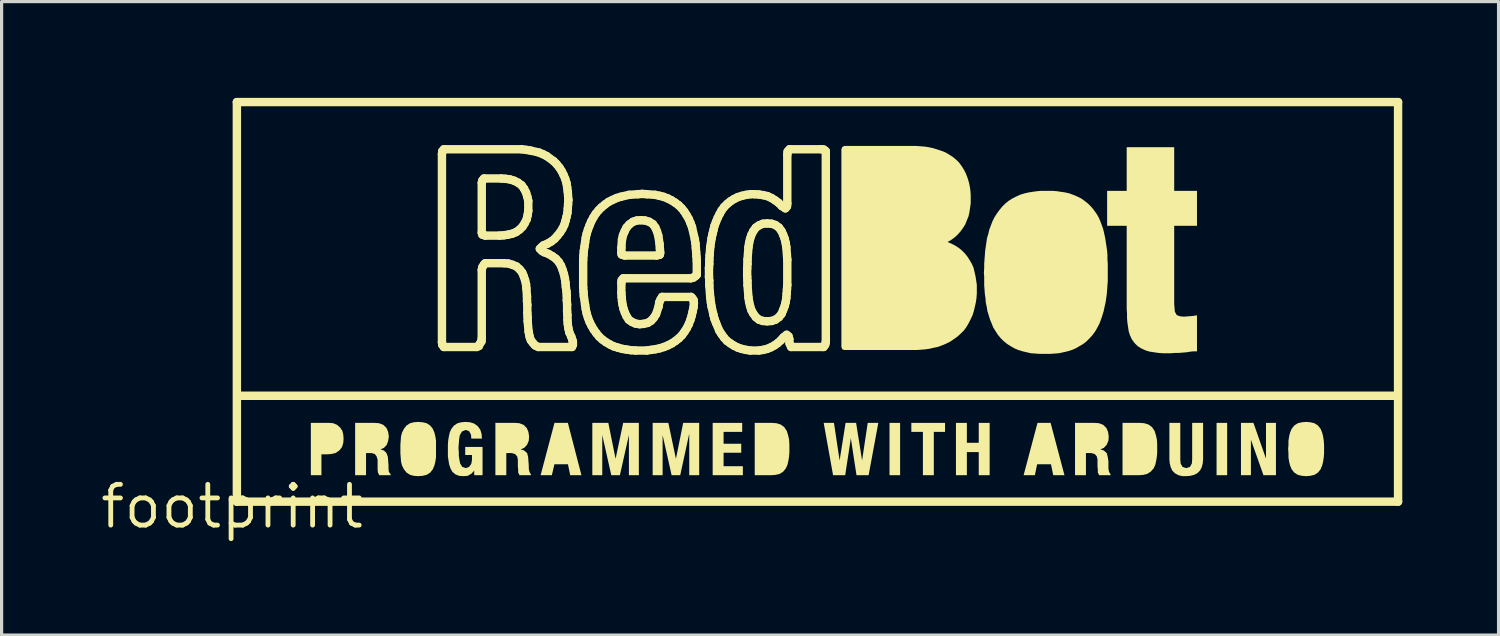
<source format=kicad_pcb>
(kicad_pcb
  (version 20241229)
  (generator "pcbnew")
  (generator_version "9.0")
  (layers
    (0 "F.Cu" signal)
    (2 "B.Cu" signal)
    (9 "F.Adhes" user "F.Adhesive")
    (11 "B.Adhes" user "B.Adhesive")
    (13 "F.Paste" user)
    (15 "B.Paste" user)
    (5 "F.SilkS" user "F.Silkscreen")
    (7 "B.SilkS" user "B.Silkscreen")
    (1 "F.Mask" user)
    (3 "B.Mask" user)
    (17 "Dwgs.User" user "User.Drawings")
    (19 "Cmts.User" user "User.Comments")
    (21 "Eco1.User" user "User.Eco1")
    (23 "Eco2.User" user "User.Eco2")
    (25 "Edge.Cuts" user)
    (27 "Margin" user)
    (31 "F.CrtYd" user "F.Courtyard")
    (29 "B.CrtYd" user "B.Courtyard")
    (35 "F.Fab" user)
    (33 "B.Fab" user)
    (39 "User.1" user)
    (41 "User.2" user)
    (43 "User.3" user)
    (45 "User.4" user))
  (footprint "footprint"
    (layer "F.Cu")
    (at 4.18 12.731)
    (property "Reference" "footprint" (at 0 0 0) (layer "F.SilkS") (effects (font (size 1.27 1.27) (thickness 0.15))))
    (fp_line (start 0.15 -12.6) (end 36.33 -12.6) (stroke (width 0.262) (type solid)) (layer "F.SilkS"))
    (fp_line (start 0.15 -0.15) (end 0.15 -12.6) (stroke (width 0.262) (type solid)) (layer "F.SilkS"))
    (fp_line (start 6.54 -10.98) (end 6.54 -5.12) (stroke (width 0.262) (type solid)) (layer "F.SilkS"))
    (fp_line (start 6.54 -5.12) (end 6.55 -5.04) (stroke (width 0.262) (type solid)) (layer "F.SilkS"))
    (fp_line (start 6.55 -11.07) (end 6.54 -10.98) (stroke (width 0.262) (type solid)) (layer "F.SilkS"))
    (fp_line (start 6.55 -5.04) (end 6.6 -4.97) (stroke (width 0.262) (type solid)) (layer "F.SilkS"))
    (fp_line (start 6.6 -11.13) (end 6.55 -11.07) (stroke (width 0.262) (type solid)) (layer "F.SilkS"))
    (fp_line (start 6.6 -4.97) (end 7.62 -4.97) (stroke (width 0.262) (type solid)) (layer "F.SilkS"))
    (fp_line (start 7.62 -4.97) (end 7.69 -5) (stroke (width 0.262) (type solid)) (layer "F.SilkS"))
    (fp_line (start 7.69 -5) (end 7.72 -5.07) (stroke (width 0.262) (type solid)) (layer "F.SilkS"))
    (fp_line (start 7.72 -5.07) (end 7.77 -5.14) (stroke (width 0.262) (type solid)) (layer "F.SilkS"))
    (fp_line (start 7.77 -5.14) (end 7.78 -5.23) (stroke (width 0.262) (type solid)) (layer "F.SilkS"))
    (fp_line (start 7.78 -10.08) (end 7.8 -10.16) (stroke (width 0.262) (type solid)) (layer "F.SilkS"))
    (fp_line (start 7.78 -8.53) (end 7.78 -10.08) (stroke (width 0.262) (type solid)) (layer "F.SilkS"))
    (fp_line (start 7.78 -7.37) (end 7.8 -7.46) (stroke (width 0.262) (type solid)) (layer "F.SilkS"))
    (fp_line (start 7.78 -5.23) (end 7.78 -7.37) (stroke (width 0.262) (type solid)) (layer "F.SilkS"))
    (fp_line (start 7.8 -10.16) (end 7.85 -10.22) (stroke (width 0.262) (type solid)) (layer "F.SilkS"))
    (fp_line (start 7.8 -8.47) (end 7.78 -8.53) (stroke (width 0.262) (type solid)) (layer "F.SilkS"))
    (fp_line (start 7.8 -7.46) (end 7.85 -7.54) (stroke (width 0.262) (type solid)) (layer "F.SilkS"))
    (fp_line (start 7.85 -10.22) (end 8.39 -10.22) (stroke (width 0.262) (type solid)) (layer "F.SilkS"))
    (fp_line (start 7.85 -7.54) (end 7.89 -7.58) (stroke (width 0.262) (type solid)) (layer "F.SilkS"))
    (fp_line (start 7.89 -8.44) (end 7.8 -8.47) (stroke (width 0.262) (type solid)) (layer "F.SilkS"))
    (fp_line (start 7.89 -7.58) (end 8.48 -7.58) (stroke (width 0.262) (type solid)) (layer "F.SilkS"))
    (fp_line (start 8.34 -8.44) (end 7.89 -8.44) (stroke (width 0.262) (type solid)) (layer "F.SilkS"))
    (fp_line (start 8.39 -10.22) (end 8.52 -10.21) (stroke (width 0.262) (type solid)) (layer "F.SilkS"))
    (fp_line (start 8.47 -8.45) (end 8.34 -8.44) (stroke (width 0.262) (type solid)) (layer "F.SilkS"))
    (fp_line (start 8.48 -7.58) (end 8.61 -7.57) (stroke (width 0.262) (type solid)) (layer "F.SilkS"))
    (fp_line (start 8.52 -10.21) (end 8.66 -10.19) (stroke (width 0.262) (type solid)) (layer "F.SilkS"))
    (fp_line (start 8.6 -8.47) (end 8.47 -8.45) (stroke (width 0.262) (type solid)) (layer "F.SilkS"))
    (fp_line (start 8.61 -7.57) (end 8.74 -7.53) (stroke (width 0.262) (type solid)) (layer "F.SilkS"))
    (fp_line (start 8.66 -10.19) (end 8.79 -10.15) (stroke (width 0.262) (type solid)) (layer "F.SilkS"))
    (fp_line (start 8.73 -8.5) (end 8.6 -8.47) (stroke (width 0.262) (type solid)) (layer "F.SilkS"))
    (fp_line (start 8.74 -7.53) (end 8.86 -7.48) (stroke (width 0.262) (type solid)) (layer "F.SilkS"))
    (fp_line (start 8.79 -10.15) (end 8.91 -10.09) (stroke (width 0.262) (type solid)) (layer "F.SilkS"))
    (fp_line (start 8.85 -8.55) (end 8.73 -8.5) (stroke (width 0.262) (type solid)) (layer "F.SilkS"))
    (fp_line (start 8.86 -7.48) (end 8.96 -7.39) (stroke (width 0.262) (type solid)) (layer "F.SilkS"))
    (fp_line (start 8.91 -10.09) (end 9.02 -10.01) (stroke (width 0.262) (type solid)) (layer "F.SilkS"))
    (fp_line (start 8.96 -8.63) (end 8.85 -8.55) (stroke (width 0.262) (type solid)) (layer "F.SilkS"))
    (fp_line (start 8.96 -7.39) (end 9.04 -7.29) (stroke (width 0.262) (type solid)) (layer "F.SilkS"))
    (fp_line (start 9.02 -10.01) (end 9.1 -9.9) (stroke (width 0.262) (type solid)) (layer "F.SilkS"))
    (fp_line (start 9.03 -11.13) (end 6.6 -11.13) (stroke (width 0.262) (type solid)) (layer "F.SilkS"))
    (fp_line (start 9.04 -7.29) (end 9.09 -7.17) (stroke (width 0.262) (type solid)) (layer "F.SilkS"))
    (fp_line (start 9.05 -8.72) (end 8.96 -8.63) (stroke (width 0.262) (type solid)) (layer "F.SilkS"))
    (fp_line (start 9.09 -7.17) (end 9.13 -7.05) (stroke (width 0.262) (type solid)) (layer "F.SilkS"))
    (fp_line (start 9.1 -9.9) (end 9.16 -9.78) (stroke (width 0.262) (type solid)) (layer "F.SilkS"))
    (fp_line (start 9.12 -8.83) (end 9.05 -8.72) (stroke (width 0.262) (type solid)) (layer "F.SilkS"))
    (fp_line (start 9.13 -7.05) (end 9.16 -6.92) (stroke (width 0.262) (type solid)) (layer "F.SilkS"))
    (fp_line (start 9.16 -9.78) (end 9.2 -9.65) (stroke (width 0.262) (type solid)) (layer "F.SilkS"))
    (fp_line (start 9.16 -6.92) (end 9.17 -6.8) (stroke (width 0.262) (type solid)) (layer "F.SilkS"))
    (fp_line (start 9.17 -11.11) (end 9.03 -11.13) (stroke (width 0.262) (type solid)) (layer "F.SilkS"))
    (fp_line (start 9.17 -6.8) (end 9.19 -6.54) (stroke (width 0.262) (type solid)) (layer "F.SilkS"))
    (fp_line (start 9.18 -8.95) (end 9.12 -8.83) (stroke (width 0.262) (type solid)) (layer "F.SilkS"))
    (fp_line (start 9.19 -6.54) (end 9.19 -6.41) (stroke (width 0.262) (type solid)) (layer "F.SilkS"))
    (fp_line (start 9.19 -6.41) (end 9.2 -6.28) (stroke (width 0.262) (type solid)) (layer "F.SilkS"))
    (fp_line (start 9.2 -9.65) (end 9.23 -9.52) (stroke (width 0.262) (type solid)) (layer "F.SilkS"))
    (fp_line (start 9.2 -6.28) (end 9.2 -6.03) (stroke (width 0.262) (type solid)) (layer "F.SilkS"))
    (fp_line (start 9.2 -6.03) (end 9.21 -5.9) (stroke (width 0.262) (type solid)) (layer "F.SilkS"))
    (fp_line (start 9.21 -9.08) (end 9.18 -8.95) (stroke (width 0.262) (type solid)) (layer "F.SilkS"))
    (fp_line (start 9.21 -5.9) (end 9.21 -5.78) (stroke (width 0.262) (type solid)) (layer "F.SilkS"))
    (fp_line (start 9.21 -5.78) (end 9.24 -5.45) (stroke (width 0.262) (type solid)) (layer "F.SilkS"))
    (fp_line (start 9.23 -9.52) (end 9.23 -9.21) (stroke (width 0.262) (type solid)) (layer "F.SilkS"))
    (fp_line (start 9.23 -9.21) (end 9.21 -9.08) (stroke (width 0.262) (type solid)) (layer "F.SilkS"))
    (fp_line (start 9.24 -5.45) (end 9.26 -5.34) (stroke (width 0.262) (type solid)) (layer "F.SilkS"))
    (fp_line (start 9.26 -5.34) (end 9.28 -5.26) (stroke (width 0.262) (type solid)) (layer "F.SilkS"))
    (fp_line (start 9.28 -5.26) (end 9.31 -5.18) (stroke (width 0.262) (type solid)) (layer "F.SilkS"))
    (fp_line (start 9.3 -11.09) (end 9.17 -11.11) (stroke (width 0.262) (type solid)) (layer "F.SilkS"))
    (fp_line (start 9.31 -5.18) (end 9.37 -5.1) (stroke (width 0.262) (type solid)) (layer "F.SilkS"))
    (fp_line (start 9.37 -5.1) (end 9.44 -5.02) (stroke (width 0.262) (type solid)) (layer "F.SilkS"))
    (fp_line (start 9.44 -5.02) (end 9.54 -4.97) (stroke (width 0.262) (type solid)) (layer "F.SilkS"))
    (fp_line (start 9.54 -4.97) (end 10.59 -4.97) (stroke (width 0.262) (type solid)) (layer "F.SilkS"))
    (fp_line (start 9.56 -11.03) (end 9.3 -11.09) (stroke (width 0.262) (type solid)) (layer "F.SilkS"))
    (fp_line (start 9.59 -8.03) (end 9.65 -8.09) (stroke (width 0.262) (type solid)) (layer "F.SilkS"))
    (fp_line (start 9.65 -8.09) (end 9.71 -8.14) (stroke (width 0.262) (type solid)) (layer "F.SilkS"))
    (fp_line (start 9.66 -7.96) (end 9.59 -8.03) (stroke (width 0.262) (type solid)) (layer "F.SilkS"))
    (fp_line (start 9.68 -10.98) (end 9.56 -11.03) (stroke (width 0.262) (type solid)) (layer "F.SilkS"))
    (fp_line (start 9.71 -8.14) (end 9.83 -8.19) (stroke (width 0.262) (type solid)) (layer "F.SilkS"))
    (fp_line (start 9.73 -7.92) (end 9.66 -7.96) (stroke (width 0.262) (type solid)) (layer "F.SilkS"))
    (fp_line (start 9.8 -10.92) (end 9.68 -10.98) (stroke (width 0.262) (type solid)) (layer "F.SilkS"))
    (fp_line (start 9.83 -8.19) (end 9.95 -8.26) (stroke (width 0.262) (type solid)) (layer "F.SilkS"))
    (fp_line (start 9.86 -7.87) (end 9.73 -7.92) (stroke (width 0.262) (type solid)) (layer "F.SilkS"))
    (fp_line (start 9.95 -8.26) (end 10.05 -8.34) (stroke (width 0.262) (type solid)) (layer "F.SilkS"))
    (fp_line (start 9.98 -7.8) (end 9.86 -7.87) (stroke (width 0.262) (type solid)) (layer "F.SilkS"))
    (fp_line (start 10.02 -10.76) (end 9.8 -10.92) (stroke (width 0.262) (type solid)) (layer "F.SilkS"))
    (fp_line (start 10.05 -8.34) (end 10.14 -8.44) (stroke (width 0.262) (type solid)) (layer "F.SilkS"))
    (fp_line (start 10.09 -7.72) (end 9.98 -7.8) (stroke (width 0.262) (type solid)) (layer "F.SilkS"))
    (fp_line (start 10.11 -10.67) (end 10.02 -10.76) (stroke (width 0.262) (type solid)) (layer "F.SilkS"))
    (fp_line (start 10.14 -8.44) (end 10.22 -8.54) (stroke (width 0.262) (type solid)) (layer "F.SilkS"))
    (fp_line (start 10.18 -7.62) (end 10.09 -7.72) (stroke (width 0.262) (type solid)) (layer "F.SilkS"))
    (fp_line (start 10.2 -10.56) (end 10.11 -10.67) (stroke (width 0.262) (type solid)) (layer "F.SilkS"))
    (fp_line (start 10.22 -8.54) (end 10.29 -8.65) (stroke (width 0.262) (type solid)) (layer "F.SilkS"))
    (fp_line (start 10.25 -7.5) (end 10.18 -7.62) (stroke (width 0.262) (type solid)) (layer "F.SilkS"))
    (fp_line (start 10.27 -10.45) (end 10.2 -10.56) (stroke (width 0.262) (type solid)) (layer "F.SilkS"))
    (fp_line (start 10.29 -8.65) (end 10.35 -8.77) (stroke (width 0.262) (type solid)) (layer "F.SilkS"))
    (fp_line (start 10.3 -7.37) (end 10.25 -7.5) (stroke (width 0.262) (type solid)) (layer "F.SilkS"))
    (fp_line (start 10.33 -10.33) (end 10.27 -10.45) (stroke (width 0.262) (type solid)) (layer "F.SilkS"))
    (fp_line (start 10.34 -7.24) (end 10.3 -7.37) (stroke (width 0.262) (type solid)) (layer "F.SilkS"))
    (fp_line (start 10.35 -8.77) (end 10.39 -8.9) (stroke (width 0.262) (type solid)) (layer "F.SilkS"))
    (fp_line (start 10.37 -7.11) (end 10.34 -7.24) (stroke (width 0.262) (type solid)) (layer "F.SilkS"))
    (fp_line (start 10.38 -10.21) (end 10.33 -10.33) (stroke (width 0.262) (type solid)) (layer "F.SilkS"))
    (fp_line (start 10.39 -8.9) (end 10.42 -9.02) (stroke (width 0.262) (type solid)) (layer "F.SilkS"))
    (fp_line (start 10.39 -6.97) (end 10.37 -7.11) (stroke (width 0.262) (type solid)) (layer "F.SilkS"))
    (fp_line (start 10.4 -6.84) (end 10.39 -6.97) (stroke (width 0.262) (type solid)) (layer "F.SilkS"))
    (fp_line (start 10.42 -10.08) (end 10.38 -10.21) (stroke (width 0.262) (type solid)) (layer "F.SilkS"))
    (fp_line (start 10.42 -9.02) (end 10.45 -9.15) (stroke (width 0.262) (type solid)) (layer "F.SilkS"))
    (fp_line (start 10.42 -6.7) (end 10.4 -6.84) (stroke (width 0.262) (type solid)) (layer "F.SilkS"))
    (fp_line (start 10.43 -6.57) (end 10.42 -6.7) (stroke (width 0.262) (type solid)) (layer "F.SilkS"))
    (fp_line (start 10.43 -6.43) (end 10.43 -6.57) (stroke (width 0.262) (type solid)) (layer "F.SilkS"))
    (fp_line (start 10.44 -9.95) (end 10.42 -10.08) (stroke (width 0.262) (type solid)) (layer "F.SilkS"))
    (fp_line (start 10.44 -6.29) (end 10.43 -6.43) (stroke (width 0.262) (type solid)) (layer "F.SilkS"))
    (fp_line (start 10.44 -6.07) (end 10.44 -6.29) (stroke (width 0.262) (type solid)) (layer "F.SilkS"))
    (fp_line (start 10.45 -9.15) (end 10.46 -9.28) (stroke (width 0.262) (type solid)) (layer "F.SilkS"))
    (fp_line (start 10.45 -5.96) (end 10.44 -6.07) (stroke (width 0.262) (type solid)) (layer "F.SilkS"))
    (fp_line (start 10.45 -5.82) (end 10.45 -5.96) (stroke (width 0.262) (type solid)) (layer "F.SilkS"))
    (fp_line (start 10.46 -9.81) (end 10.44 -9.95) (stroke (width 0.262) (type solid)) (layer "F.SilkS"))
    (fp_line (start 10.46 -9.28) (end 10.47 -9.42) (stroke (width 0.262) (type solid)) (layer "F.SilkS"))
    (fp_line (start 10.46 -5.69) (end 10.45 -5.82) (stroke (width 0.262) (type solid)) (layer "F.SilkS"))
    (fp_line (start 10.47 -9.42) (end 10.48 -9.55) (stroke (width 0.262) (type solid)) (layer "F.SilkS"))
    (fp_line (start 10.48 -9.55) (end 10.46 -9.81) (stroke (width 0.262) (type solid)) (layer "F.SilkS"))
    (fp_line (start 10.48 -5.55) (end 10.46 -5.69) (stroke (width 0.262) (type solid)) (layer "F.SilkS"))
    (fp_line (start 10.51 -5.42) (end 10.48 -5.55) (stroke (width 0.262) (type solid)) (layer "F.SilkS"))
    (fp_line (start 10.57 -5.29) (end 10.51 -5.42) (stroke (width 0.262) (type solid)) (layer "F.SilkS"))
    (fp_line (start 10.59 -4.97) (end 10.62 -5.04) (stroke (width 0.262) (type solid)) (layer "F.SilkS"))
    (fp_line (start 10.61 -5.17) (end 10.57 -5.29) (stroke (width 0.262) (type solid)) (layer "F.SilkS"))
    (fp_line (start 10.62 -5.12) (end 10.61 -5.17) (stroke (width 0.262) (type solid)) (layer "F.SilkS"))
    (fp_line (start 10.62 -5.04) (end 10.62 -5.12) (stroke (width 0.262) (type solid)) (layer "F.SilkS"))
    (fp_line (start 10.94 -7.69) (end 10.94 -6.83) (stroke (width 0.262) (type solid)) (layer "F.SilkS"))
    (fp_line (start 10.94 -6.83) (end 10.95 -6.69) (stroke (width 0.262) (type solid)) (layer "F.SilkS"))
    (fp_line (start 10.95 -7.83) (end 10.94 -7.69) (stroke (width 0.262) (type solid)) (layer "F.SilkS"))
    (fp_line (start 10.95 -6.69) (end 10.96 -6.56) (stroke (width 0.262) (type solid)) (layer "F.SilkS"))
    (fp_line (start 10.96 -7.96) (end 10.95 -7.83) (stroke (width 0.262) (type solid)) (layer "F.SilkS"))
    (fp_line (start 10.96 -6.56) (end 11 -6.28) (stroke (width 0.262) (type solid)) (layer "F.SilkS"))
    (fp_line (start 10.98 -8.1) (end 10.96 -7.96) (stroke (width 0.262) (type solid)) (layer "F.SilkS"))
    (fp_line (start 11 -8.23) (end 10.98 -8.1) (stroke (width 0.262) (type solid)) (layer "F.SilkS"))
    (fp_line (start 11 -6.28) (end 11.02 -6.15) (stroke (width 0.262) (type solid)) (layer "F.SilkS"))
    (fp_line (start 11.02 -8.37) (end 11 -8.23) (stroke (width 0.262) (type solid)) (layer "F.SilkS"))
    (fp_line (start 11.02 -6.15) (end 11.05 -6.01) (stroke (width 0.262) (type solid)) (layer "F.SilkS"))
    (fp_line (start 11.05 -8.5) (end 11.02 -8.37) (stroke (width 0.262) (type solid)) (layer "F.SilkS"))
    (fp_line (start 11.05 -6.01) (end 11.09 -5.88) (stroke (width 0.262) (type solid)) (layer "F.SilkS"))
    (fp_line (start 11.09 -8.63) (end 11.05 -8.5) (stroke (width 0.262) (type solid)) (layer "F.SilkS"))
    (fp_line (start 11.09 -5.88) (end 11.14 -5.75) (stroke (width 0.262) (type solid)) (layer "F.SilkS"))
    (fp_line (start 11.14 -8.76) (end 11.09 -8.63) (stroke (width 0.262) (type solid)) (layer "F.SilkS"))
    (fp_line (start 11.14 -5.75) (end 11.2 -5.63) (stroke (width 0.262) (type solid)) (layer "F.SilkS"))
    (fp_line (start 11.19 -8.88) (end 11.14 -8.76) (stroke (width 0.262) (type solid)) (layer "F.SilkS"))
    (fp_line (start 11.2 -5.63) (end 11.27 -5.51) (stroke (width 0.262) (type solid)) (layer "F.SilkS"))
    (fp_line (start 11.26 -9.01) (end 11.19 -8.88) (stroke (width 0.262) (type solid)) (layer "F.SilkS"))
    (fp_line (start 11.27 -5.51) (end 11.35 -5.4) (stroke (width 0.262) (type solid)) (layer "F.SilkS"))
    (fp_line (start 11.33 -9.12) (end 11.26 -9.01) (stroke (width 0.262) (type solid)) (layer "F.SilkS"))
    (fp_line (start 11.35 -5.4) (end 11.44 -5.29) (stroke (width 0.262) (type solid)) (layer "F.SilkS"))
    (fp_line (start 11.42 -9.23) (end 11.33 -9.12) (stroke (width 0.262) (type solid)) (layer "F.SilkS"))
    (fp_line (start 11.44 -5.29) (end 11.54 -5.2) (stroke (width 0.262) (type solid)) (layer "F.SilkS"))
    (fp_line (start 11.51 -9.32) (end 11.42 -9.23) (stroke (width 0.262) (type solid)) (layer "F.SilkS"))
    (fp_line (start 11.54 -5.2) (end 11.65 -5.12) (stroke (width 0.262) (type solid)) (layer "F.SilkS"))
    (fp_line (start 11.62 -9.41) (end 11.51 -9.32) (stroke (width 0.262) (type solid)) (layer "F.SilkS"))
    (fp_line (start 11.65 -5.12) (end 11.77 -5.05) (stroke (width 0.262) (type solid)) (layer "F.SilkS"))
    (fp_line (start 11.73 -9.49) (end 11.62 -9.41) (stroke (width 0.262) (type solid)) (layer "F.SilkS"))
    (fp_line (start 11.77 -5.05) (end 11.89 -4.99) (stroke (width 0.262) (type solid)) (layer "F.SilkS"))
    (fp_line (start 11.85 -9.55) (end 11.73 -9.49) (stroke (width 0.262) (type solid)) (layer "F.SilkS"))
    (fp_line (start 11.89 -4.99) (end 12.02 -4.95) (stroke (width 0.262) (type solid)) (layer "F.SilkS"))
    (fp_line (start 11.98 -9.61) (end 11.85 -9.55) (stroke (width 0.262) (type solid)) (layer "F.SilkS"))
    (fp_line (start 12.02 -4.95) (end 12.16 -4.91) (stroke (width 0.262) (type solid)) (layer "F.SilkS"))
    (fp_line (start 12.11 -9.65) (end 11.98 -9.61) (stroke (width 0.262) (type solid)) (layer "F.SilkS"))
    (fp_line (start 12.13 -8.06) (end 12.15 -8.32) (stroke (width 0.262) (type solid)) (layer "F.SilkS"))
    (fp_line (start 12.13 -7.91) (end 12.13 -8.06) (stroke (width 0.262) (type solid)) (layer "F.SilkS"))
    (fp_line (start 12.13 -6.97) (end 12.14 -7.05) (stroke (width 0.262) (type solid)) (layer "F.SilkS"))
    (fp_line (start 12.13 -6.65) (end 12.13 -6.97) (stroke (width 0.262) (type solid)) (layer "F.SilkS"))
    (fp_line (start 12.14 -7.85) (end 12.13 -7.91) (stroke (width 0.262) (type solid)) (layer "F.SilkS"))
    (fp_line (start 12.14 -7.05) (end 12.19 -7.11) (stroke (width 0.262) (type solid)) (layer "F.SilkS"))
    (fp_line (start 12.14 -6.52) (end 12.13 -6.65) (stroke (width 0.262) (type solid)) (layer "F.SilkS"))
    (fp_line (start 12.15 -8.32) (end 12.18 -8.45) (stroke (width 0.262) (type solid)) (layer "F.SilkS"))
    (fp_line (start 12.15 -6.4) (end 12.14 -6.52) (stroke (width 0.262) (type solid)) (layer "F.SilkS"))
    (fp_line (start 12.16 -4.91) (end 12.29 -4.89) (stroke (width 0.262) (type solid)) (layer "F.SilkS"))
    (fp_line (start 12.17 -6.28) (end 12.15 -6.4) (stroke (width 0.262) (type solid)) (layer "F.SilkS"))
    (fp_line (start 12.18 -8.45) (end 12.23 -8.57) (stroke (width 0.262) (type solid)) (layer "F.SilkS"))
    (fp_line (start 12.19 -7.11) (end 14.29 -7.11) (stroke (width 0.262) (type solid)) (layer "F.SilkS"))
    (fp_line (start 12.2 -6.15) (end 12.17 -6.28) (stroke (width 0.262) (type solid)) (layer "F.SilkS"))
    (fp_line (start 12.23 -8.57) (end 12.29 -8.69) (stroke (width 0.262) (type solid)) (layer "F.SilkS"))
    (fp_line (start 12.23 -7.82) (end 12.14 -7.85) (stroke (width 0.262) (type solid)) (layer "F.SilkS"))
    (fp_line (start 12.24 -6.04) (end 12.2 -6.15) (stroke (width 0.262) (type solid)) (layer "F.SilkS"))
    (fp_line (start 12.29 -8.69) (end 12.38 -8.79) (stroke (width 0.262) (type solid)) (layer "F.SilkS"))
    (fp_line (start 12.29 -5.93) (end 12.24 -6.04) (stroke (width 0.262) (type solid)) (layer "F.SilkS"))
    (fp_line (start 12.29 -4.89) (end 12.43 -4.87) (stroke (width 0.262) (type solid)) (layer "F.SilkS"))
    (fp_line (start 12.36 -5.82) (end 12.29 -5.93) (stroke (width 0.262) (type solid)) (layer "F.SilkS"))
    (fp_line (start 12.37 -9.71) (end 12.11 -9.65) (stroke (width 0.262) (type solid)) (layer "F.SilkS"))
    (fp_line (start 12.38 -8.79) (end 12.49 -8.87) (stroke (width 0.262) (type solid)) (layer "F.SilkS"))
    (fp_line (start 12.43 -4.87) (end 12.57 -4.86) (stroke (width 0.262) (type solid)) (layer "F.SilkS"))
    (fp_line (start 12.46 -5.75) (end 12.36 -5.82) (stroke (width 0.262) (type solid)) (layer "F.SilkS"))
    (fp_line (start 12.49 -8.87) (end 12.61 -8.91) (stroke (width 0.262) (type solid)) (layer "F.SilkS"))
    (fp_line (start 12.57 -5.7) (end 12.46 -5.75) (stroke (width 0.262) (type solid)) (layer "F.SilkS"))
    (fp_line (start 12.57 -4.86) (end 12.92 -4.86) (stroke (width 0.262) (type solid)) (layer "F.SilkS"))
    (fp_line (start 12.61 -8.91) (end 12.74 -8.92) (stroke (width 0.262) (type solid)) (layer "F.SilkS"))
    (fp_line (start 12.65 -9.73) (end 12.37 -9.71) (stroke (width 0.262) (type solid)) (layer "F.SilkS"))
    (fp_line (start 12.7 -5.68) (end 12.57 -5.7) (stroke (width 0.262) (type solid)) (layer "F.SilkS"))
    (fp_line (start 12.74 -8.92) (end 12.87 -8.91) (stroke (width 0.262) (type solid)) (layer "F.SilkS"))
    (fp_line (start 12.78 -9.74) (end 12.65 -9.73) (stroke (width 0.262) (type solid)) (layer "F.SilkS"))
    (fp_line (start 12.82 -5.69) (end 12.7 -5.68) (stroke (width 0.262) (type solid)) (layer "F.SilkS"))
    (fp_line (start 12.87 -8.91) (end 13 -8.87) (stroke (width 0.262) (type solid)) (layer "F.SilkS"))
    (fp_line (start 12.92 -9.73) (end 12.78 -9.74) (stroke (width 0.262) (type solid)) (layer "F.SilkS"))
    (fp_line (start 12.92 -4.86) (end 13.06 -4.88) (stroke (width 0.262) (type solid)) (layer "F.SilkS"))
    (fp_line (start 12.95 -5.72) (end 12.82 -5.69) (stroke (width 0.262) (type solid)) (layer "F.SilkS"))
    (fp_line (start 13 -8.87) (end 13.11 -8.8) (stroke (width 0.262) (type solid)) (layer "F.SilkS"))
    (fp_line (start 13.06 -5.79) (end 12.95 -5.72) (stroke (width 0.262) (type solid)) (layer "F.SilkS"))
    (fp_line (start 13.06 -4.88) (end 13.19 -4.9) (stroke (width 0.262) (type solid)) (layer "F.SilkS"))
    (fp_line (start 13.11 -8.8) (end 13.19 -8.69) (stroke (width 0.262) (type solid)) (layer "F.SilkS"))
    (fp_line (start 13.14 -5.88) (end 13.06 -5.79) (stroke (width 0.262) (type solid)) (layer "F.SilkS"))
    (fp_line (start 13.18 -9.71) (end 12.92 -9.73) (stroke (width 0.262) (type solid)) (layer "F.SilkS"))
    (fp_line (start 13.19 -8.69) (end 13.24 -8.57) (stroke (width 0.262) (type solid)) (layer "F.SilkS"))
    (fp_line (start 13.19 -4.9) (end 13.33 -4.93) (stroke (width 0.262) (type solid)) (layer "F.SilkS"))
    (fp_line (start 13.21 -5.99) (end 13.14 -5.88) (stroke (width 0.262) (type solid)) (layer "F.SilkS"))
    (fp_line (start 13.23 -7.82) (end 12.23 -7.82) (stroke (width 0.262) (type solid)) (layer "F.SilkS"))
    (fp_line (start 13.24 -8.57) (end 13.28 -8.44) (stroke (width 0.262) (type solid)) (layer "F.SilkS"))
    (fp_line (start 13.28 -8.44) (end 13.32 -8.18) (stroke (width 0.262) (type solid)) (layer "F.SilkS"))
    (fp_line (start 13.29 -6.23) (end 13.21 -5.99) (stroke (width 0.262) (type solid)) (layer "F.SilkS"))
    (fp_line (start 13.31 -7.84) (end 13.23 -7.82) (stroke (width 0.262) (type solid)) (layer "F.SilkS"))
    (fp_line (start 13.31 -6.36) (end 13.29 -6.23) (stroke (width 0.262) (type solid)) (layer "F.SilkS"))
    (fp_line (start 13.32 -9.68) (end 13.18 -9.71) (stroke (width 0.262) (type solid)) (layer "F.SilkS"))
    (fp_line (start 13.32 -8.18) (end 13.33 -8.04) (stroke (width 0.262) (type solid)) (layer "F.SilkS"))
    (fp_line (start 13.33 -8.04) (end 13.34 -7.91) (stroke (width 0.262) (type solid)) (layer "F.SilkS"))
    (fp_line (start 13.33 -7.85) (end 13.31 -7.84) (stroke (width 0.262) (type solid)) (layer "F.SilkS"))
    (fp_line (start 13.33 -4.93) (end 13.46 -4.97) (stroke (width 0.262) (type solid)) (layer "F.SilkS"))
    (fp_line (start 13.34 -7.91) (end 13.33 -7.85) (stroke (width 0.262) (type solid)) (layer "F.SilkS"))
    (fp_line (start 13.35 -6.45) (end 13.31 -6.36) (stroke (width 0.262) (type solid)) (layer "F.SilkS"))
    (fp_line (start 13.4 -6.53) (end 13.35 -6.45) (stroke (width 0.262) (type solid)) (layer "F.SilkS"))
    (fp_line (start 13.44 -9.65) (end 13.32 -9.68) (stroke (width 0.262) (type solid)) (layer "F.SilkS"))
    (fp_line (start 13.46 -4.97) (end 13.58 -5.02) (stroke (width 0.262) (type solid)) (layer "F.SilkS"))
    (fp_line (start 13.57 -9.6) (end 13.44 -9.65) (stroke (width 0.262) (type solid)) (layer "F.SilkS"))
    (fp_line (start 13.58 -5.02) (end 13.7 -5.08) (stroke (width 0.262) (type solid)) (layer "F.SilkS"))
    (fp_line (start 13.69 -9.54) (end 13.57 -9.6) (stroke (width 0.262) (type solid)) (layer "F.SilkS"))
    (fp_line (start 13.7 -5.08) (end 13.82 -5.16) (stroke (width 0.262) (type solid)) (layer "F.SilkS"))
    (fp_line (start 13.8 -9.47) (end 13.69 -9.54) (stroke (width 0.262) (type solid)) (layer "F.SilkS"))
    (fp_line (start 13.82 -5.16) (end 13.92 -5.24) (stroke (width 0.262) (type solid)) (layer "F.SilkS"))
    (fp_line (start 13.91 -9.39) (end 13.8 -9.47) (stroke (width 0.262) (type solid)) (layer "F.SilkS"))
    (fp_line (start 13.92 -5.24) (end 14.02 -5.34) (stroke (width 0.262) (type solid)) (layer "F.SilkS"))
    (fp_line (start 14.01 -9.29) (end 13.91 -9.39) (stroke (width 0.262) (type solid)) (layer "F.SilkS"))
    (fp_line (start 14.02 -5.34) (end 14.1 -5.45) (stroke (width 0.262) (type solid)) (layer "F.SilkS"))
    (fp_line (start 14.09 -9.19) (end 14.01 -9.29) (stroke (width 0.262) (type solid)) (layer "F.SilkS"))
    (fp_line (start 14.1 -5.45) (end 14.17 -5.56) (stroke (width 0.262) (type solid)) (layer "F.SilkS"))
    (fp_line (start 14.16 -9.08) (end 14.09 -9.19) (stroke (width 0.262) (type solid)) (layer "F.SilkS"))
    (fp_line (start 14.17 -5.56) (end 14.23 -5.68) (stroke (width 0.262) (type solid)) (layer "F.SilkS"))
    (fp_line (start 14.23 -8.96) (end 14.16 -9.08) (stroke (width 0.262) (type solid)) (layer "F.SilkS"))
    (fp_line (start 14.23 -5.68) (end 14.28 -5.81) (stroke (width 0.262) (type solid)) (layer "F.SilkS"))
    (fp_line (start 14.28 -8.84) (end 14.23 -8.96) (stroke (width 0.262) (type solid)) (layer "F.SilkS"))
    (fp_line (start 14.28 -5.81) (end 14.32 -5.94) (stroke (width 0.262) (type solid)) (layer "F.SilkS"))
    (fp_line (start 14.29 -7.11) (end 14.37 -7.13) (stroke (width 0.262) (type solid)) (layer "F.SilkS"))
    (fp_line (start 14.3 -6.53) (end 13.4 -6.53) (stroke (width 0.262) (type solid)) (layer "F.SilkS"))
    (fp_line (start 14.32 -5.94) (end 14.35 -6.07) (stroke (width 0.262) (type solid)) (layer "F.SilkS"))
    (fp_line (start 14.33 -8.71) (end 14.28 -8.84) (stroke (width 0.262) (type solid)) (layer "F.SilkS"))
    (fp_line (start 14.34 -6.49) (end 14.3 -6.53) (stroke (width 0.262) (type solid)) (layer "F.SilkS"))
    (fp_line (start 14.35 -6.07) (end 14.38 -6.21) (stroke (width 0.262) (type solid)) (layer "F.SilkS"))
    (fp_line (start 14.37 -7.13) (end 14.44 -7.18) (stroke (width 0.262) (type solid)) (layer "F.SilkS"))
    (fp_line (start 14.38 -6.43) (end 14.34 -6.49) (stroke (width 0.262) (type solid)) (layer "F.SilkS"))
    (fp_line (start 14.38 -6.21) (end 14.39 -6.34) (stroke (width 0.262) (type solid)) (layer "F.SilkS"))
    (fp_line (start 14.39 -6.34) (end 14.38 -6.43) (stroke (width 0.262) (type solid)) (layer "F.SilkS"))
    (fp_line (start 14.42 -8.32) (end 14.33 -8.71) (stroke (width 0.262) (type solid)) (layer "F.SilkS"))
    (fp_line (start 14.44 -8.19) (end 14.42 -8.32) (stroke (width 0.262) (type solid)) (layer "F.SilkS"))
    (fp_line (start 14.44 -7.18) (end 14.48 -7.22) (stroke (width 0.262) (type solid)) (layer "F.SilkS"))
    (fp_line (start 14.45 -8.06) (end 14.44 -8.19) (stroke (width 0.262) (type solid)) (layer "F.SilkS"))
    (fp_line (start 14.46 -7.92) (end 14.45 -8.06) (stroke (width 0.262) (type solid)) (layer "F.SilkS"))
    (fp_line (start 14.47 -7.79) (end 14.46 -7.92) (stroke (width 0.262) (type solid)) (layer "F.SilkS"))
    (fp_line (start 14.48 -7.65) (end 14.47 -7.79) (stroke (width 0.262) (type solid)) (layer "F.SilkS"))
    (fp_line (start 14.48 -7.22) (end 14.48 -7.65) (stroke (width 0.262) (type solid)) (layer "F.SilkS"))
    (fp_line (start 14.86 -7.43) (end 14.86 -7.16) (stroke (width 0.262) (type solid)) (layer "F.SilkS"))
    (fp_line (start 14.86 -7.16) (end 14.87 -7.03) (stroke (width 0.262) (type solid)) (layer "F.SilkS"))
    (fp_line (start 14.87 -7.69) (end 14.87 -7.56) (stroke (width 0.262) (type solid)) (layer "F.SilkS"))
    (fp_line (start 14.87 -7.56) (end 14.86 -7.43) (stroke (width 0.262) (type solid)) (layer "F.SilkS"))
    (fp_line (start 14.87 -7.03) (end 14.87 -6.89) (stroke (width 0.262) (type solid)) (layer "F.SilkS"))
    (fp_line (start 14.87 -6.89) (end 14.9 -6.5) (stroke (width 0.262) (type solid)) (layer "F.SilkS"))
    (fp_line (start 14.88 -7.83) (end 14.87 -7.69) (stroke (width 0.262) (type solid)) (layer "F.SilkS"))
    (fp_line (start 14.9 -8.09) (end 14.88 -7.83) (stroke (width 0.262) (type solid)) (layer "F.SilkS"))
    (fp_line (start 14.9 -6.5) (end 14.92 -6.36) (stroke (width 0.262) (type solid)) (layer "F.SilkS"))
    (fp_line (start 14.92 -6.36) (end 14.94 -6.23) (stroke (width 0.262) (type solid)) (layer "F.SilkS"))
    (fp_line (start 14.94 -8.35) (end 14.9 -8.09) (stroke (width 0.262) (type solid)) (layer "F.SilkS"))
    (fp_line (start 14.94 -6.23) (end 15 -5.97) (stroke (width 0.262) (type solid)) (layer "F.SilkS"))
    (fp_line (start 14.97 -8.49) (end 14.94 -8.35) (stroke (width 0.262) (type solid)) (layer "F.SilkS"))
    (fp_line (start 15 -8.61) (end 14.97 -8.49) (stroke (width 0.262) (type solid)) (layer "F.SilkS"))
    (fp_line (start 15 -5.97) (end 15.03 -5.85) (stroke (width 0.262) (type solid)) (layer "F.SilkS"))
    (fp_line (start 15.03 -8.74) (end 15 -8.61) (stroke (width 0.262) (type solid)) (layer "F.SilkS"))
    (fp_line (start 15.03 -5.85) (end 15.08 -5.72) (stroke (width 0.262) (type solid)) (layer "F.SilkS"))
    (fp_line (start 15.08 -8.87) (end 15.03 -8.74) (stroke (width 0.262) (type solid)) (layer "F.SilkS"))
    (fp_line (start 15.08 -5.72) (end 15.18 -5.48) (stroke (width 0.262) (type solid)) (layer "F.SilkS"))
    (fp_line (start 15.13 -8.99) (end 15.08 -8.87) (stroke (width 0.262) (type solid)) (layer "F.SilkS"))
    (fp_line (start 15.18 -5.48) (end 15.25 -5.37) (stroke (width 0.262) (type solid)) (layer "F.SilkS"))
    (fp_line (start 15.19 -9.11) (end 15.13 -8.99) (stroke (width 0.262) (type solid)) (layer "F.SilkS"))
    (fp_line (start 15.25 -9.22) (end 15.19 -9.11) (stroke (width 0.262) (type solid)) (layer "F.SilkS"))
    (fp_line (start 15.25 -5.37) (end 15.33 -5.26) (stroke (width 0.262) (type solid)) (layer "F.SilkS"))
    (fp_line (start 15.33 -9.33) (end 15.25 -9.22) (stroke (width 0.262) (type solid)) (layer "F.SilkS"))
    (fp_line (start 15.33 -5.26) (end 15.42 -5.16) (stroke (width 0.262) (type solid)) (layer "F.SilkS"))
    (fp_line (start 15.42 -5.16) (end 15.53 -5.08) (stroke (width 0.262) (type solid)) (layer "F.SilkS"))
    (fp_line (start 15.43 -9.43) (end 15.33 -9.33) (stroke (width 0.262) (type solid)) (layer "F.SilkS"))
    (fp_line (start 15.53 -9.51) (end 15.43 -9.43) (stroke (width 0.262) (type solid)) (layer "F.SilkS"))
    (fp_line (start 15.53 -5.08) (end 15.64 -5.01) (stroke (width 0.262) (type solid)) (layer "F.SilkS"))
    (fp_line (start 15.64 -9.58) (end 15.53 -9.51) (stroke (width 0.262) (type solid)) (layer "F.SilkS"))
    (fp_line (start 15.64 -5.01) (end 15.76 -4.95) (stroke (width 0.262) (type solid)) (layer "F.SilkS"))
    (fp_line (start 15.76 -9.64) (end 15.64 -9.58) (stroke (width 0.262) (type solid)) (layer "F.SilkS"))
    (fp_line (start 15.76 -4.95) (end 15.88 -4.91) (stroke (width 0.262) (type solid)) (layer "F.SilkS"))
    (fp_line (start 15.88 -4.91) (end 16.01 -4.88) (stroke (width 0.262) (type solid)) (layer "F.SilkS"))
    (fp_line (start 15.89 -9.68) (end 15.76 -9.64) (stroke (width 0.262) (type solid)) (layer "F.SilkS"))
    (fp_line (start 16.01 -4.88) (end 16.14 -4.86) (stroke (width 0.262) (type solid)) (layer "F.SilkS"))
    (fp_line (start 16.02 -9.71) (end 15.89 -9.68) (stroke (width 0.262) (type solid)) (layer "F.SilkS"))
    (fp_line (start 16.05 -7.42) (end 16.05 -7.16) (stroke (width 0.262) (type solid)) (layer "F.SilkS"))
    (fp_line (start 16.05 -7.16) (end 16.06 -7.03) (stroke (width 0.262) (type solid)) (layer "F.SilkS"))
    (fp_line (start 16.06 -7.69) (end 16.06 -7.56) (stroke (width 0.262) (type solid)) (layer "F.SilkS"))
    (fp_line (start 16.06 -7.56) (end 16.05 -7.42) (stroke (width 0.262) (type solid)) (layer "F.SilkS"))
    (fp_line (start 16.06 -7.03) (end 16.06 -6.9) (stroke (width 0.262) (type solid)) (layer "F.SilkS"))
    (fp_line (start 16.06 -6.9) (end 16.09 -6.51) (stroke (width 0.262) (type solid)) (layer "F.SilkS"))
    (fp_line (start 16.09 -8.08) (end 16.06 -7.69) (stroke (width 0.262) (type solid)) (layer "F.SilkS"))
    (fp_line (start 16.09 -6.51) (end 16.11 -6.38) (stroke (width 0.262) (type solid)) (layer "F.SilkS"))
    (fp_line (start 16.11 -8.21) (end 16.09 -8.08) (stroke (width 0.262) (type solid)) (layer "F.SilkS"))
    (fp_line (start 16.11 -6.38) (end 16.14 -6.25) (stroke (width 0.262) (type solid)) (layer "F.SilkS"))
    (fp_line (start 16.14 -8.34) (end 16.11 -8.21) (stroke (width 0.262) (type solid)) (layer "F.SilkS"))
    (fp_line (start 16.14 -6.25) (end 16.18 -6.12) (stroke (width 0.262) (type solid)) (layer "F.SilkS"))
    (fp_line (start 16.14 -4.86) (end 16.42 -4.86) (stroke (width 0.262) (type solid)) (layer "F.SilkS"))
    (fp_line (start 16.15 -9.73) (end 16.02 -9.71) (stroke (width 0.262) (type solid)) (layer "F.SilkS"))
    (fp_line (start 16.18 -8.46) (end 16.14 -8.34) (stroke (width 0.262) (type solid)) (layer "F.SilkS"))
    (fp_line (start 16.18 -6.12) (end 16.24 -6.01) (stroke (width 0.262) (type solid)) (layer "F.SilkS"))
    (fp_line (start 16.24 -8.58) (end 16.18 -8.46) (stroke (width 0.262) (type solid)) (layer "F.SilkS"))
    (fp_line (start 16.24 -6.01) (end 16.32 -5.9) (stroke (width 0.262) (type solid)) (layer "F.SilkS"))
    (fp_line (start 16.28 -9.73) (end 16.15 -9.73) (stroke (width 0.262) (type solid)) (layer "F.SilkS"))
    (fp_line (start 16.32 -8.69) (end 16.24 -8.58) (stroke (width 0.262) (type solid)) (layer "F.SilkS"))
    (fp_line (start 16.32 -5.9) (end 16.42 -5.82) (stroke (width 0.262) (type solid)) (layer "F.SilkS"))
    (fp_line (start 16.42 -9.72) (end 16.28 -9.73) (stroke (width 0.262) (type solid)) (layer "F.SilkS"))
    (fp_line (start 16.42 -8.76) (end 16.32 -8.69) (stroke (width 0.262) (type solid)) (layer "F.SilkS"))
    (fp_line (start 16.42 -5.82) (end 16.54 -5.78) (stroke (width 0.262) (type solid)) (layer "F.SilkS"))
    (fp_line (start 16.42 -4.86) (end 16.55 -4.88) (stroke (width 0.262) (type solid)) (layer "F.SilkS"))
    (fp_line (start 16.54 -8.81) (end 16.42 -8.76) (stroke (width 0.262) (type solid)) (layer "F.SilkS"))
    (fp_line (start 16.54 -5.78) (end 16.67 -5.77) (stroke (width 0.262) (type solid)) (layer "F.SilkS"))
    (fp_line (start 16.55 -9.7) (end 16.42 -9.72) (stroke (width 0.262) (type solid)) (layer "F.SilkS"))
    (fp_line (start 16.55 -4.88) (end 16.67 -4.91) (stroke (width 0.262) (type solid)) (layer "F.SilkS"))
    (fp_line (start 16.67 -8.82) (end 16.54 -8.81) (stroke (width 0.262) (type solid)) (layer "F.SilkS"))
    (fp_line (start 16.67 -5.77) (end 16.81 -5.78) (stroke (width 0.262) (type solid)) (layer "F.SilkS"))
    (fp_line (start 16.67 -4.91) (end 16.79 -4.96) (stroke (width 0.262) (type solid)) (layer "F.SilkS"))
    (fp_line (start 16.68 -9.67) (end 16.55 -9.7) (stroke (width 0.262) (type solid)) (layer "F.SilkS"))
    (fp_line (start 16.79 -4.96) (end 16.9 -5.02) (stroke (width 0.262) (type solid)) (layer "F.SilkS"))
    (fp_line (start 16.81 -9.61) (end 16.68 -9.67) (stroke (width 0.262) (type solid)) (layer "F.SilkS"))
    (fp_line (start 16.81 -8.81) (end 16.67 -8.82) (stroke (width 0.262) (type solid)) (layer "F.SilkS"))
    (fp_line (start 16.81 -5.78) (end 16.93 -5.82) (stroke (width 0.262) (type solid)) (layer "F.SilkS"))
    (fp_line (start 16.9 -5.02) (end 17 -5.09) (stroke (width 0.262) (type solid)) (layer "F.SilkS"))
    (fp_line (start 16.92 -9.54) (end 16.81 -9.61) (stroke (width 0.262) (type solid)) (layer "F.SilkS"))
    (fp_line (start 16.93 -8.77) (end 16.81 -8.81) (stroke (width 0.262) (type solid)) (layer "F.SilkS"))
    (fp_line (start 16.93 -5.82) (end 17.04 -5.9) (stroke (width 0.262) (type solid)) (layer "F.SilkS"))
    (fp_line (start 17 -5.09) (end 17.1 -5.18) (stroke (width 0.262) (type solid)) (layer "F.SilkS"))
    (fp_line (start 17.03 -9.46) (end 16.92 -9.54) (stroke (width 0.262) (type solid)) (layer "F.SilkS"))
    (fp_line (start 17.04 -8.69) (end 16.93 -8.77) (stroke (width 0.262) (type solid)) (layer "F.SilkS"))
    (fp_line (start 17.04 -5.9) (end 17.12 -6) (stroke (width 0.262) (type solid)) (layer "F.SilkS"))
    (fp_line (start 17.1 -5.18) (end 17.18 -5.27) (stroke (width 0.262) (type solid)) (layer "F.SilkS"))
    (fp_line (start 17.12 -8.58) (end 17.04 -8.69) (stroke (width 0.262) (type solid)) (layer "F.SilkS"))
    (fp_line (start 17.12 -6) (end 17.17 -6.12) (stroke (width 0.262) (type solid)) (layer "F.SilkS"))
    (fp_line (start 17.13 -9.36) (end 17.03 -9.46) (stroke (width 0.262) (type solid)) (layer "F.SilkS"))
    (fp_line (start 17.17 -8.47) (end 17.12 -8.58) (stroke (width 0.262) (type solid)) (layer "F.SilkS"))
    (fp_line (start 17.17 -6.12) (end 17.22 -6.25) (stroke (width 0.262) (type solid)) (layer "F.SilkS"))
    (fp_line (start 17.18 -5.27) (end 17.28 -5.35) (stroke (width 0.262) (type solid)) (layer "F.SilkS"))
    (fp_line (start 17.22 -8.34) (end 17.17 -8.47) (stroke (width 0.262) (type solid)) (layer "F.SilkS"))
    (fp_line (start 17.22 -6.25) (end 17.25 -6.37) (stroke (width 0.262) (type solid)) (layer "F.SilkS"))
    (fp_line (start 17.24 -9.29) (end 17.13 -9.36) (stroke (width 0.262) (type solid)) (layer "F.SilkS"))
    (fp_line (start 17.25 -8.21) (end 17.22 -8.34) (stroke (width 0.262) (type solid)) (layer "F.SilkS"))
    (fp_line (start 17.25 -6.37) (end 17.27 -6.5) (stroke (width 0.262) (type solid)) (layer "F.SilkS"))
    (fp_line (start 17.27 -8.08) (end 17.25 -8.21) (stroke (width 0.262) (type solid)) (layer "F.SilkS"))
    (fp_line (start 17.27 -6.5) (end 17.28 -6.63) (stroke (width 0.262) (type solid)) (layer "F.SilkS"))
    (fp_line (start 17.28 -6.63) (end 17.29 -6.77) (stroke (width 0.262) (type solid)) (layer "F.SilkS"))
    (fp_line (start 17.28 -5.35) (end 17.34 -5.3) (stroke (width 0.262) (type solid)) (layer "F.SilkS"))
    (fp_line (start 17.29 -9.35) (end 17.24 -9.29) (stroke (width 0.262) (type solid)) (layer "F.SilkS"))
    (fp_line (start 17.29 -6.77) (end 17.3 -6.9) (stroke (width 0.262) (type solid)) (layer "F.SilkS"))
    (fp_line (start 17.3 -10.96) (end 17.3 -9.44) (stroke (width 0.262) (type solid)) (layer "F.SilkS"))
    (fp_line (start 17.3 -9.44) (end 17.29 -9.35) (stroke (width 0.262) (type solid)) (layer "F.SilkS"))
    (fp_line (start 17.3 -7.69) (end 17.27 -8.08) (stroke (width 0.262) (type solid)) (layer "F.SilkS"))
    (fp_line (start 17.3 -6.9) (end 17.3 -7.69) (stroke (width 0.262) (type solid)) (layer "F.SilkS"))
    (fp_line (start 17.31 -11.06) (end 17.3 -10.96) (stroke (width 0.262) (type solid)) (layer "F.SilkS"))
    (fp_line (start 17.34 -5.3) (end 17.36 -5.22) (stroke (width 0.262) (type solid)) (layer "F.SilkS"))
    (fp_line (start 17.36 -5.22) (end 17.36 -5.21) (stroke (width 0.262) (type solid)) (layer "F.SilkS"))
    (fp_line (start 17.36 -5.21) (end 17.37 -5.08) (stroke (width 0.262) (type solid)) (layer "F.SilkS"))
    (fp_line (start 17.37 -11.13) (end 17.31 -11.06) (stroke (width 0.262) (type solid)) (layer "F.SilkS"))
    (fp_line (start 17.37 -5.08) (end 17.42 -4.97) (stroke (width 0.262) (type solid)) (layer "F.SilkS"))
    (fp_line (start 17.42 -4.97) (end 18.43 -4.97) (stroke (width 0.262) (type solid)) (layer "F.SilkS"))
    (fp_line (start 18.37 -11.13) (end 17.37 -11.13) (stroke (width 0.262) (type solid)) (layer "F.SilkS"))
    (fp_line (start 18.43 -4.97) (end 18.48 -5.04) (stroke (width 0.262) (type solid)) (layer "F.SilkS"))
    (fp_line (start 18.44 -11.12) (end 18.37 -11.13) (stroke (width 0.262) (type solid)) (layer "F.SilkS"))
    (fp_line (start 18.48 -5.04) (end 18.5 -5.13) (stroke (width 0.262) (type solid)) (layer "F.SilkS"))
    (fp_line (start 18.5 -11.07) (end 18.44 -11.12) (stroke (width 0.262) (type solid)) (layer "F.SilkS"))
    (fp_line (start 18.5 -5.13) (end 18.5 -11.07) (stroke (width 0.262) (type solid)) (layer "F.SilkS"))
    (fp_line (start 36.32 -3.45) (end 0.16 -3.45) (stroke (width 0.262) (type solid)) (layer "F.SilkS"))
    (fp_line (start 36.33 -12.6) (end 36.33 -0.15) (stroke (width 0.262) (type solid)) (layer "F.SilkS"))
    (fp_line (start 36.33 -0.15) (end 0.15 -0.15) (stroke (width 0.262) (type solid)) (layer "F.SilkS"))
    (fp_poly (pts (xy 20.815 -0.975) (xy 20.485 -0.975) (xy 20.485 -2.605) (xy 20.815 -2.605)) (stroke (width 0) (type solid)) (fill yes) (layer "F.SilkS"))
    (fp_poly (pts (xy 31.005 -0.975) (xy 30.675 -0.975) (xy 30.675 -2.605) (xy 31.005 -2.605)) (stroke (width 0) (type solid)) (fill yes) (layer "F.SilkS"))
    (fp_poly (pts (xy 10.886 -0.975) (xy 10.536 -0.975) (xy 10.466 -1.315) (xy 10.044 -1.315) (xy 9.964 -0.975) (xy 9.614 -0.975) (xy 10.046 -2.605) (xy 10.464 -2.605)) (stroke (width 0) (type solid)) (fill yes) (layer "F.SilkS"))
    (fp_poly (pts (xy 22.215 -2.325) (xy 21.865 -2.325) (xy 21.865 -0.975) (xy 21.525 -0.975) (xy 21.525 -2.325) (xy 21.165 -2.325) (xy 21.165 -2.605) (xy 22.215 -2.605)) (stroke (width 0) (type solid)) (fill yes) (layer "F.SilkS"))
    (fp_poly (pts (xy 25.936 -0.975) (xy 25.586 -0.975) (xy 25.516 -1.315) (xy 25.084 -1.315) (xy 25.014 -0.975) (xy 24.663 -0.975) (xy 25.096 -2.605) (xy 25.504 -2.605)) (stroke (width 0) (type solid)) (fill yes) (layer "F.SilkS"))
    (fp_poly (pts (xy 32.214 -1.495) (xy 32.215 -1.495) (xy 32.215 -2.605) (xy 32.525 -2.605) (xy 32.525 -0.975) (xy 32.136 -0.975) (xy 31.745 -2.081) (xy 31.745 -0.975) (xy 31.435 -0.975) (xy 31.435 -2.605) (xy 31.824 -2.605)) (stroke (width 0) (type solid)) (fill yes) (layer "F.SilkS"))
    (fp_poly (pts (xy 15.895 -2.325) (xy 15.315 -2.325) (xy 15.315 -1.955) (xy 15.865 -1.955) (xy 15.865 -1.675) (xy 15.315 -1.675) (xy 15.315 -1.255) (xy 15.915 -1.255) (xy 15.915 -0.975) (xy 14.975 -0.975) (xy 14.975 -2.605) (xy 15.895 -2.605)) (stroke (width 0) (type solid)) (fill yes) (layer "F.SilkS"))
    (fp_poly (pts (xy 22.895 -1.985) (xy 23.265 -1.985) (xy 23.265 -2.605) (xy 23.605 -2.605) (xy 23.605 -0.975) (xy 23.265 -0.975) (xy 23.265 -1.695) (xy 22.895 -1.695) (xy 22.895 -0.975) (xy 22.555 -0.975) (xy 22.555 -2.605) (xy 22.895 -2.605)) (stroke (width 0) (type solid)) (fill yes) (layer "F.SilkS"))
    (fp_poly (pts (xy 11.95 -1.485) (xy 12.186 -2.605) (xy 12.675 -2.605) (xy 12.675 -0.975) (xy 12.365 -0.975) (xy 12.365 -2.225) (xy 12.084 -0.975) (xy 11.816 -0.975) (xy 11.535 -2.225) (xy 11.535 -0.975) (xy 11.225 -0.975) (xy 11.225 -2.605) (xy 11.724 -2.605)) (stroke (width 0) (type solid)) (fill yes) (layer "F.SilkS"))
    (fp_poly (pts (xy 18.93 -1.433) (xy 19.116 -2.605) (xy 19.444 -2.605) (xy 19.63 -1.433) (xy 19.806 -2.605) (xy 20.136 -2.605) (xy 19.834 -0.975) (xy 19.456 -0.975) (xy 19.28 -2.127) (xy 19.104 -0.975) (xy 18.726 -0.975) (xy 18.434 -2.605) (xy 18.754 -2.605)) (stroke (width 0) (type solid)) (fill yes) (layer "F.SilkS"))
    (fp_poly (pts (xy 13.83 -1.485) (xy 14.056 -2.605) (xy 14.555 -2.605) (xy 14.555 -0.975) (xy 14.245 -0.975) (xy 14.245 -2.265) (xy 14.244 -2.265) (xy 13.964 -0.975) (xy 13.696 -0.975) (xy 13.415 -2.225) (xy 13.415 -0.975) (xy 13.105 -0.975) (xy 13.105 -2.605) (xy 13.594 -2.605)) (stroke (width 0) (type solid)) (fill yes) (layer "F.SilkS"))
    (fp_poly (pts (xy 3.151 -2.595) (xy 3.273 -2.544) (xy 3.364 -2.463) (xy 3.435 -2.362) (xy 3.465 -2.241) (xy 3.475 -2.115) (xy 3.475 -2.115) (xy 3.475 -2.11) (xy 3.475 -2.105) (xy 3.475 -2.105) (xy 3.465 -1.979) (xy 3.424 -1.848) (xy 3.343 -1.746) (xy 3.222 -1.665) (xy 3.091 -1.635) (xy 2.96 -1.625) (xy 2.785 -1.625) (xy 2.785 -0.975) (xy 2.455 -0.975) (xy 2.455 -2.605) (xy 3.03 -2.605)) (stroke (width 0) (type solid)) (fill yes) (layer "F.SilkS"))
    (fp_poly (pts (xy 16.82 -2.605) (xy 16.826 -2.605) (xy 16.826 -2.605) (xy 16.961 -2.595) (xy 17.092 -2.555) (xy 17.204 -2.474) (xy 17.285 -2.352) (xy 17.325 -2.221) (xy 17.355 -2.091) (xy 17.365 -1.95) (xy 17.365 -1.68) (xy 17.355 -1.559) (xy 17.335 -1.429) (xy 17.305 -1.298) (xy 17.254 -1.187) (xy 17.173 -1.086) (xy 17.062 -1.015) (xy 16.931 -0.985) (xy 16.8 -0.975) (xy 16.285 -0.975) (xy 16.285 -2.605) (xy 16.816 -2.605) (xy 16.816 -2.605)) (stroke (width 0) (type solid)) (fill yes) (layer "F.SilkS"))
    (fp_poly (pts (xy 28.28 -2.605) (xy 28.286 -2.605) (xy 28.286 -2.605) (xy 28.421 -2.595) (xy 28.552 -2.555) (xy 28.664 -2.474) (xy 28.745 -2.352) (xy 28.785 -2.221) (xy 28.815 -2.091) (xy 28.825 -1.95) (xy 28.825 -1.68) (xy 28.815 -1.559) (xy 28.795 -1.429) (xy 28.765 -1.298) (xy 28.714 -1.187) (xy 28.623 -1.086) (xy 28.512 -1.015) (xy 28.391 -0.985) (xy 28.26 -0.975) (xy 27.745 -0.975) (xy 27.745 -2.605) (xy 28.276 -2.605) (xy 28.276 -2.605)) (stroke (width 0) (type solid)) (fill yes) (layer "F.SilkS"))
    (fp_poly (pts (xy 29.545 -1.47) (xy 29.555 -1.341) (xy 29.613 -1.234) (xy 29.73 -1.195) (xy 29.847 -1.234) (xy 29.905 -1.341) (xy 29.915 -1.47) (xy 29.915 -2.605) (xy 30.255 -2.605) (xy 30.255 -1.47) (xy 30.245 -1.349) (xy 30.215 -1.228) (xy 30.164 -1.127) (xy 30.073 -1.036) (xy 29.972 -0.985) (xy 29.851 -0.955) (xy 29.73 -0.945) (xy 29.609 -0.945) (xy 29.488 -0.975) (xy 29.377 -1.036) (xy 29.296 -1.117) (xy 29.245 -1.228) (xy 29.215 -1.349) (xy 29.205 -1.47) (xy 29.205 -2.605) (xy 29.545 -2.605)) (stroke (width 0) (type solid)) (fill yes) (layer "F.SilkS"))
    (fp_poly (pts (xy 3.842 -2.605) (xy 4.44 -2.605) (xy 4.581 -2.595) (xy 4.713 -2.544) (xy 4.814 -2.443) (xy 4.865 -2.321) (xy 4.885 -2.18) (xy 4.865 -2.049) (xy 4.824 -1.927) (xy 4.733 -1.826) (xy 4.624 -1.781) (xy 4.733 -1.744) (xy 4.814 -1.663) (xy 4.855 -1.541) (xy 4.875 -1.28) (xy 4.875 -1.18) (xy 4.885 -1.082) (xy 4.945 -0.992) (xy 4.945 -0.975) (xy 4.587 -0.975) (xy 4.545 -1.059) (xy 4.535 -1.15) (xy 4.535 -1.459) (xy 4.505 -1.558) (xy 4.447 -1.636) (xy 4.339 -1.665) (xy 4.175 -1.665) (xy 4.175 -0.975) (xy 3.835 -0.975) (xy 3.835 -2.597) (xy 3.825 -2.605) (xy 3.835 -2.605) (xy 3.835 -2.61)) (stroke (width 0) (type solid)) (fill yes) (layer "F.SilkS"))
    (fp_poly (pts (xy 5.805 -2.635) (xy 5.931 -2.625) (xy 6.062 -2.595) (xy 6.173 -2.524) (xy 6.254 -2.423) (xy 6.305 -2.302) (xy 6.335 -2.181) (xy 6.355 -2.05) (xy 6.355 -1.53) (xy 6.335 -1.399) (xy 6.305 -1.278) (xy 6.254 -1.157) (xy 6.173 -1.056) (xy 6.062 -0.985) (xy 5.931 -0.955) (xy 5.8 -0.945) (xy 5.669 -0.955) (xy 5.548 -0.985) (xy 5.437 -1.056) (xy 5.356 -1.157) (xy 5.295 -1.278) (xy 5.265 -1.399) (xy 5.245 -1.66) (xy 5.245 -1.92) (xy 5.265 -2.181) (xy 5.295 -2.302) (xy 5.356 -2.423) (xy 5.437 -2.524) (xy 5.548 -2.595) (xy 5.669 -2.625) (xy 5.795 -2.635) (xy 5.795 -2.635) (xy 5.8 -2.635) (xy 5.805 -2.635)) (stroke (width 0) (type solid)) (fill yes) (layer "F.SilkS"))
    (fp_poly (pts (xy 8.212 -2.605) (xy 8.82 -2.605) (xy 8.951 -2.595) (xy 9.083 -2.544) (xy 9.184 -2.443) (xy 9.235 -2.321) (xy 9.255 -2.18) (xy 9.245 -2.049) (xy 9.194 -1.927) (xy 9.103 -1.826) (xy 8.994 -1.781) (xy 9.103 -1.744) (xy 9.194 -1.663) (xy 9.225 -1.541) (xy 9.245 -1.28) (xy 9.245 -1.18) (xy 9.265 -1.082) (xy 9.315 -0.991) (xy 9.315 -0.975) (xy 8.957 -0.975) (xy 8.915 -1.059) (xy 8.915 -1.15) (xy 8.905 -1.25) (xy 8.905 -1.46) (xy 8.885 -1.558) (xy 8.817 -1.636) (xy 8.709 -1.665) (xy 8.545 -1.665) (xy 8.545 -0.975) (xy 8.205 -0.975) (xy 8.205 -2.597) (xy 8.195 -2.605) (xy 8.205 -2.605) (xy 8.205 -2.61)) (stroke (width 0) (type solid)) (fill yes) (layer "F.SilkS"))
    (fp_poly (pts (xy 26.272 -2.605) (xy 26.88 -2.605) (xy 27.011 -2.595) (xy 27.143 -2.544) (xy 27.244 -2.443) (xy 27.295 -2.321) (xy 27.315 -2.18) (xy 27.305 -2.049) (xy 27.254 -1.927) (xy 27.163 -1.826) (xy 27.054 -1.781) (xy 27.163 -1.744) (xy 27.254 -1.663) (xy 27.285 -1.541) (xy 27.305 -1.41) (xy 27.305 -1.18) (xy 27.325 -1.082) (xy 27.375 -0.991) (xy 27.375 -0.975) (xy 27.017 -0.975) (xy 26.975 -1.059) (xy 26.975 -1.15) (xy 26.965 -1.25) (xy 26.965 -1.46) (xy 26.945 -1.558) (xy 26.877 -1.636) (xy 26.769 -1.665) (xy 26.605 -1.665) (xy 26.605 -0.975) (xy 26.265 -0.975) (xy 26.265 -2.597) (xy 26.255 -2.605) (xy 26.265 -2.605) (xy 26.265 -2.61)) (stroke (width 0) (type solid)) (fill yes) (layer "F.SilkS"))
    (fp_poly (pts (xy 33.47 -2.635) (xy 33.475 -2.635) (xy 33.475 -2.635) (xy 33.591 -2.625) (xy 33.722 -2.595) (xy 33.833 -2.524) (xy 33.914 -2.423) (xy 33.965 -2.302) (xy 33.995 -2.181) (xy 34.015 -2.051) (xy 34.025 -1.92) (xy 34.025 -1.66) (xy 34.015 -1.529) (xy 33.995 -1.399) (xy 33.965 -1.278) (xy 33.914 -1.157) (xy 33.833 -1.056) (xy 33.722 -0.985) (xy 33.591 -0.955) (xy 33.47 -0.945) (xy 33.339 -0.955) (xy 33.208 -0.985) (xy 33.097 -1.056) (xy 33.016 -1.157) (xy 32.965 -1.278) (xy 32.935 -1.399) (xy 32.915 -1.53) (xy 32.915 -1.66) (xy 32.905 -1.79) (xy 32.915 -1.92) (xy 32.915 -2.05) (xy 32.935 -2.181) (xy 32.965 -2.302) (xy 33.016 -2.423) (xy 33.097 -2.524) (xy 33.208 -2.595) (xy 33.339 -2.625) (xy 33.465 -2.635) (xy 33.465 -2.635)) (stroke (width 0) (type solid)) (fill yes) (layer "F.SilkS"))
    (fp_poly (pts (xy 29.355 -9.835) (xy 30.065 -9.835) (xy 30.065 -8.745) (xy 29.355 -8.745) (xy 29.355 -6.31) (xy 29.375 -6.071) (xy 29.433 -5.964) (xy 29.541 -5.925) (xy 29.66 -5.915) (xy 29.919 -5.935) (xy 30.065 -5.956) (xy 30.065 -4.835) (xy 29.96 -4.835) (xy 29.861 -4.825) (xy 29.741 -4.805) (xy 29.5 -4.785) (xy 29.38 -4.785) (xy 29.26 -4.775) (xy 29 -4.775) (xy 28.859 -4.785) (xy 28.729 -4.805) (xy 28.589 -4.825) (xy 28.458 -4.865) (xy 28.328 -4.926) (xy 28.217 -4.996) (xy 28.116 -5.097) (xy 28.036 -5.207) (xy 27.975 -5.338) (xy 27.935 -5.469) (xy 27.915 -5.609) (xy 27.895 -5.739) (xy 27.885 -5.88) (xy 27.885 -6.02) (xy 27.875 -6.16) (xy 27.875 -8.745) (xy 27.265 -8.745) (xy 27.265 -9.835) (xy 27.875 -9.835) (xy 27.875 -11.195) (xy 29.355 -11.195)) (stroke (width 0) (type solid)) (fill yes) (layer "F.SilkS"))
    (fp_poly (pts (xy 7.411 -2.625) (xy 7.542 -2.585) (xy 7.654 -2.504) (xy 7.735 -2.392) (xy 7.775 -2.261) (xy 7.785 -2.115) (xy 7.455 -2.115) (xy 7.445 -2.239) (xy 7.387 -2.346) (xy 7.28 -2.385) (xy 7.163 -2.336) (xy 7.095 -2.218) (xy 7.075 -2.089) (xy 7.065 -1.96) (xy 7.055 -1.82) (xy 7.065 -1.7) (xy 7.065 -1.58) (xy 7.085 -1.451) (xy 7.105 -1.342) (xy 7.173 -1.234) (xy 7.28 -1.195) (xy 7.387 -1.234) (xy 7.455 -1.332) (xy 7.475 -1.45) (xy 7.475 -1.605) (xy 7.265 -1.605) (xy 7.265 -1.855) (xy 7.805 -1.855) (xy 7.805 -0.975) (xy 7.545 -0.975) (xy 7.545 -1.117) (xy 7.463 -1.026) (xy 7.342 -0.955) (xy 7.21 -0.945) (xy 7.079 -0.955) (xy 6.968 -0.996) (xy 6.866 -1.077) (xy 6.805 -1.188) (xy 6.765 -1.309) (xy 6.745 -1.429) (xy 6.725 -1.56) (xy 6.725 -1.93) (xy 6.735 -2.061) (xy 6.755 -2.181) (xy 6.785 -2.312) (xy 6.836 -2.423) (xy 6.917 -2.524) (xy 7.028 -2.595) (xy 7.149 -2.625) (xy 7.27 -2.635)) (stroke (width 0) (type solid)) (fill yes) (layer "F.SilkS"))
    (fp_poly (pts (xy 22.995 -9.309) (xy 22.975 -9.169) (xy 22.945 -9.038) (xy 22.895 -8.918) (xy 22.844 -8.788) (xy 22.774 -8.677) (xy 22.694 -8.567) (xy 22.604 -8.466) (xy 22.503 -8.376) (xy 22.393 -8.296) (xy 22.292 -8.241) (xy 22.402 -8.195) (xy 22.522 -8.134) (xy 22.633 -8.064) (xy 22.733 -7.984) (xy 22.834 -7.883) (xy 22.914 -7.783) (xy 22.984 -7.673) (xy 23.054 -7.552) (xy 23.105 -7.432) (xy 23.165 -7.171) (xy 23.205 -6.91) (xy 23.205 -6.64) (xy 23.195 -6.499) (xy 23.175 -6.359) (xy 23.115 -6.099) (xy 23.075 -5.968) (xy 23.015 -5.838) (xy 22.954 -5.718) (xy 22.884 -5.597) (xy 22.804 -5.487) (xy 22.703 -5.386) (xy 22.603 -5.296) (xy 22.493 -5.216) (xy 22.373 -5.136) (xy 22.252 -5.075) (xy 22.132 -5.025) (xy 22.001 -4.975) (xy 21.861 -4.945) (xy 21.731 -4.915) (xy 21.591 -4.895) (xy 21.46 -4.885) (xy 21.32 -4.875) (xy 19.079 -4.875) (xy 19.016 -4.896) (xy 18.985 -4.969) (xy 18.985 -11.131) (xy 19.016 -11.204) (xy 19.079 -11.235) (xy 21.3 -11.235) (xy 21.43 -11.225) (xy 21.571 -11.215) (xy 21.701 -11.195) (xy 21.841 -11.165) (xy 21.972 -11.125) (xy 22.092 -11.085) (xy 22.222 -11.035) (xy 22.343 -10.964) (xy 22.453 -10.894) (xy 22.563 -10.804) (xy 22.654 -10.713) (xy 22.734 -10.603) (xy 22.804 -10.492) (xy 22.865 -10.372) (xy 22.915 -10.242) (xy 22.955 -10.111) (xy 22.985 -9.981) (xy 23.005 -9.841) (xy 23.015 -9.71) (xy 23.015 -9.44)) (stroke (width 0) (type solid)) (fill yes) (layer "F.SilkS"))
    (fp_poly (pts (xy 27.275 -6.89) (xy 27.265 -6.75) (xy 27.255 -6.619) (xy 27.235 -6.479) (xy 27.215 -6.349) (xy 27.185 -6.219) (xy 27.155 -6.079) (xy 27.115 -5.948) (xy 27.075 -5.828) (xy 27.025 -5.698) (xy 26.964 -5.578) (xy 26.894 -5.457) (xy 26.814 -5.347) (xy 26.724 -5.247) (xy 26.623 -5.146) (xy 26.523 -5.066) (xy 26.282 -4.926) (xy 26.162 -4.875) (xy 26.031 -4.835) (xy 25.901 -4.805) (xy 25.761 -4.775) (xy 25.63 -4.765) (xy 25.49 -4.755) (xy 25.16 -4.755) (xy 25.03 -4.765) (xy 24.889 -4.775) (xy 24.629 -4.835) (xy 24.498 -4.875) (xy 24.378 -4.926) (xy 24.257 -4.996) (xy 24.147 -5.066) (xy 24.037 -5.156) (xy 23.946 -5.247) (xy 23.856 -5.357) (xy 23.716 -5.578) (xy 23.665 -5.708) (xy 23.615 -5.828) (xy 23.535 -6.089) (xy 23.515 -6.219) (xy 23.485 -6.349) (xy 23.475 -6.489) (xy 23.455 -6.619) (xy 23.445 -6.76) (xy 23.435 -6.89) (xy 23.435 -7.16) (xy 23.425 -7.29) (xy 23.435 -7.43) (xy 23.435 -7.56) (xy 23.445 -7.7) (xy 23.455 -7.83) (xy 23.465 -7.971) (xy 23.485 -8.101) (xy 23.505 -8.241) (xy 23.525 -8.371) (xy 23.565 -8.501) (xy 23.595 -8.631) (xy 23.695 -8.892) (xy 23.756 -9.012) (xy 23.826 -9.123) (xy 23.906 -9.233) (xy 23.996 -9.343) (xy 24.087 -9.434) (xy 24.197 -9.524) (xy 24.308 -9.594) (xy 24.428 -9.655) (xy 24.558 -9.715) (xy 24.689 -9.755) (xy 24.819 -9.785) (xy 24.949 -9.805) (xy 25.089 -9.825) (xy 25.22 -9.835) (xy 25.56 -9.835) (xy 25.691 -9.825) (xy 25.821 -9.805) (xy 25.961 -9.785) (xy 26.091 -9.755) (xy 26.222 -9.705) (xy 26.342 -9.655) (xy 26.463 -9.594) (xy 26.573 -9.514) (xy 26.673 -9.434) (xy 26.774 -9.333) (xy 26.854 -9.233) (xy 26.934 -9.123) (xy 27.004 -9.002) (xy 27.055 -8.882) (xy 27.105 -8.752) (xy 27.145 -8.631) (xy 27.175 -8.501) (xy 27.205 -8.361) (xy 27.245 -8.101) (xy 27.265 -7.961) (xy 27.275 -7.83) (xy 27.275 -7.7) (xy 27.285 -7.56) (xy 27.285 -7.02)) (stroke (width 0) (type solid)) (fill yes) (layer "F.SilkS")))
  (gr_rect
    (start -3 -3)
    (end 43.641 16.737)
    (stroke (width 0.1) (type default))
    (fill no)
    (layer "Edge.Cuts")))
</source>
